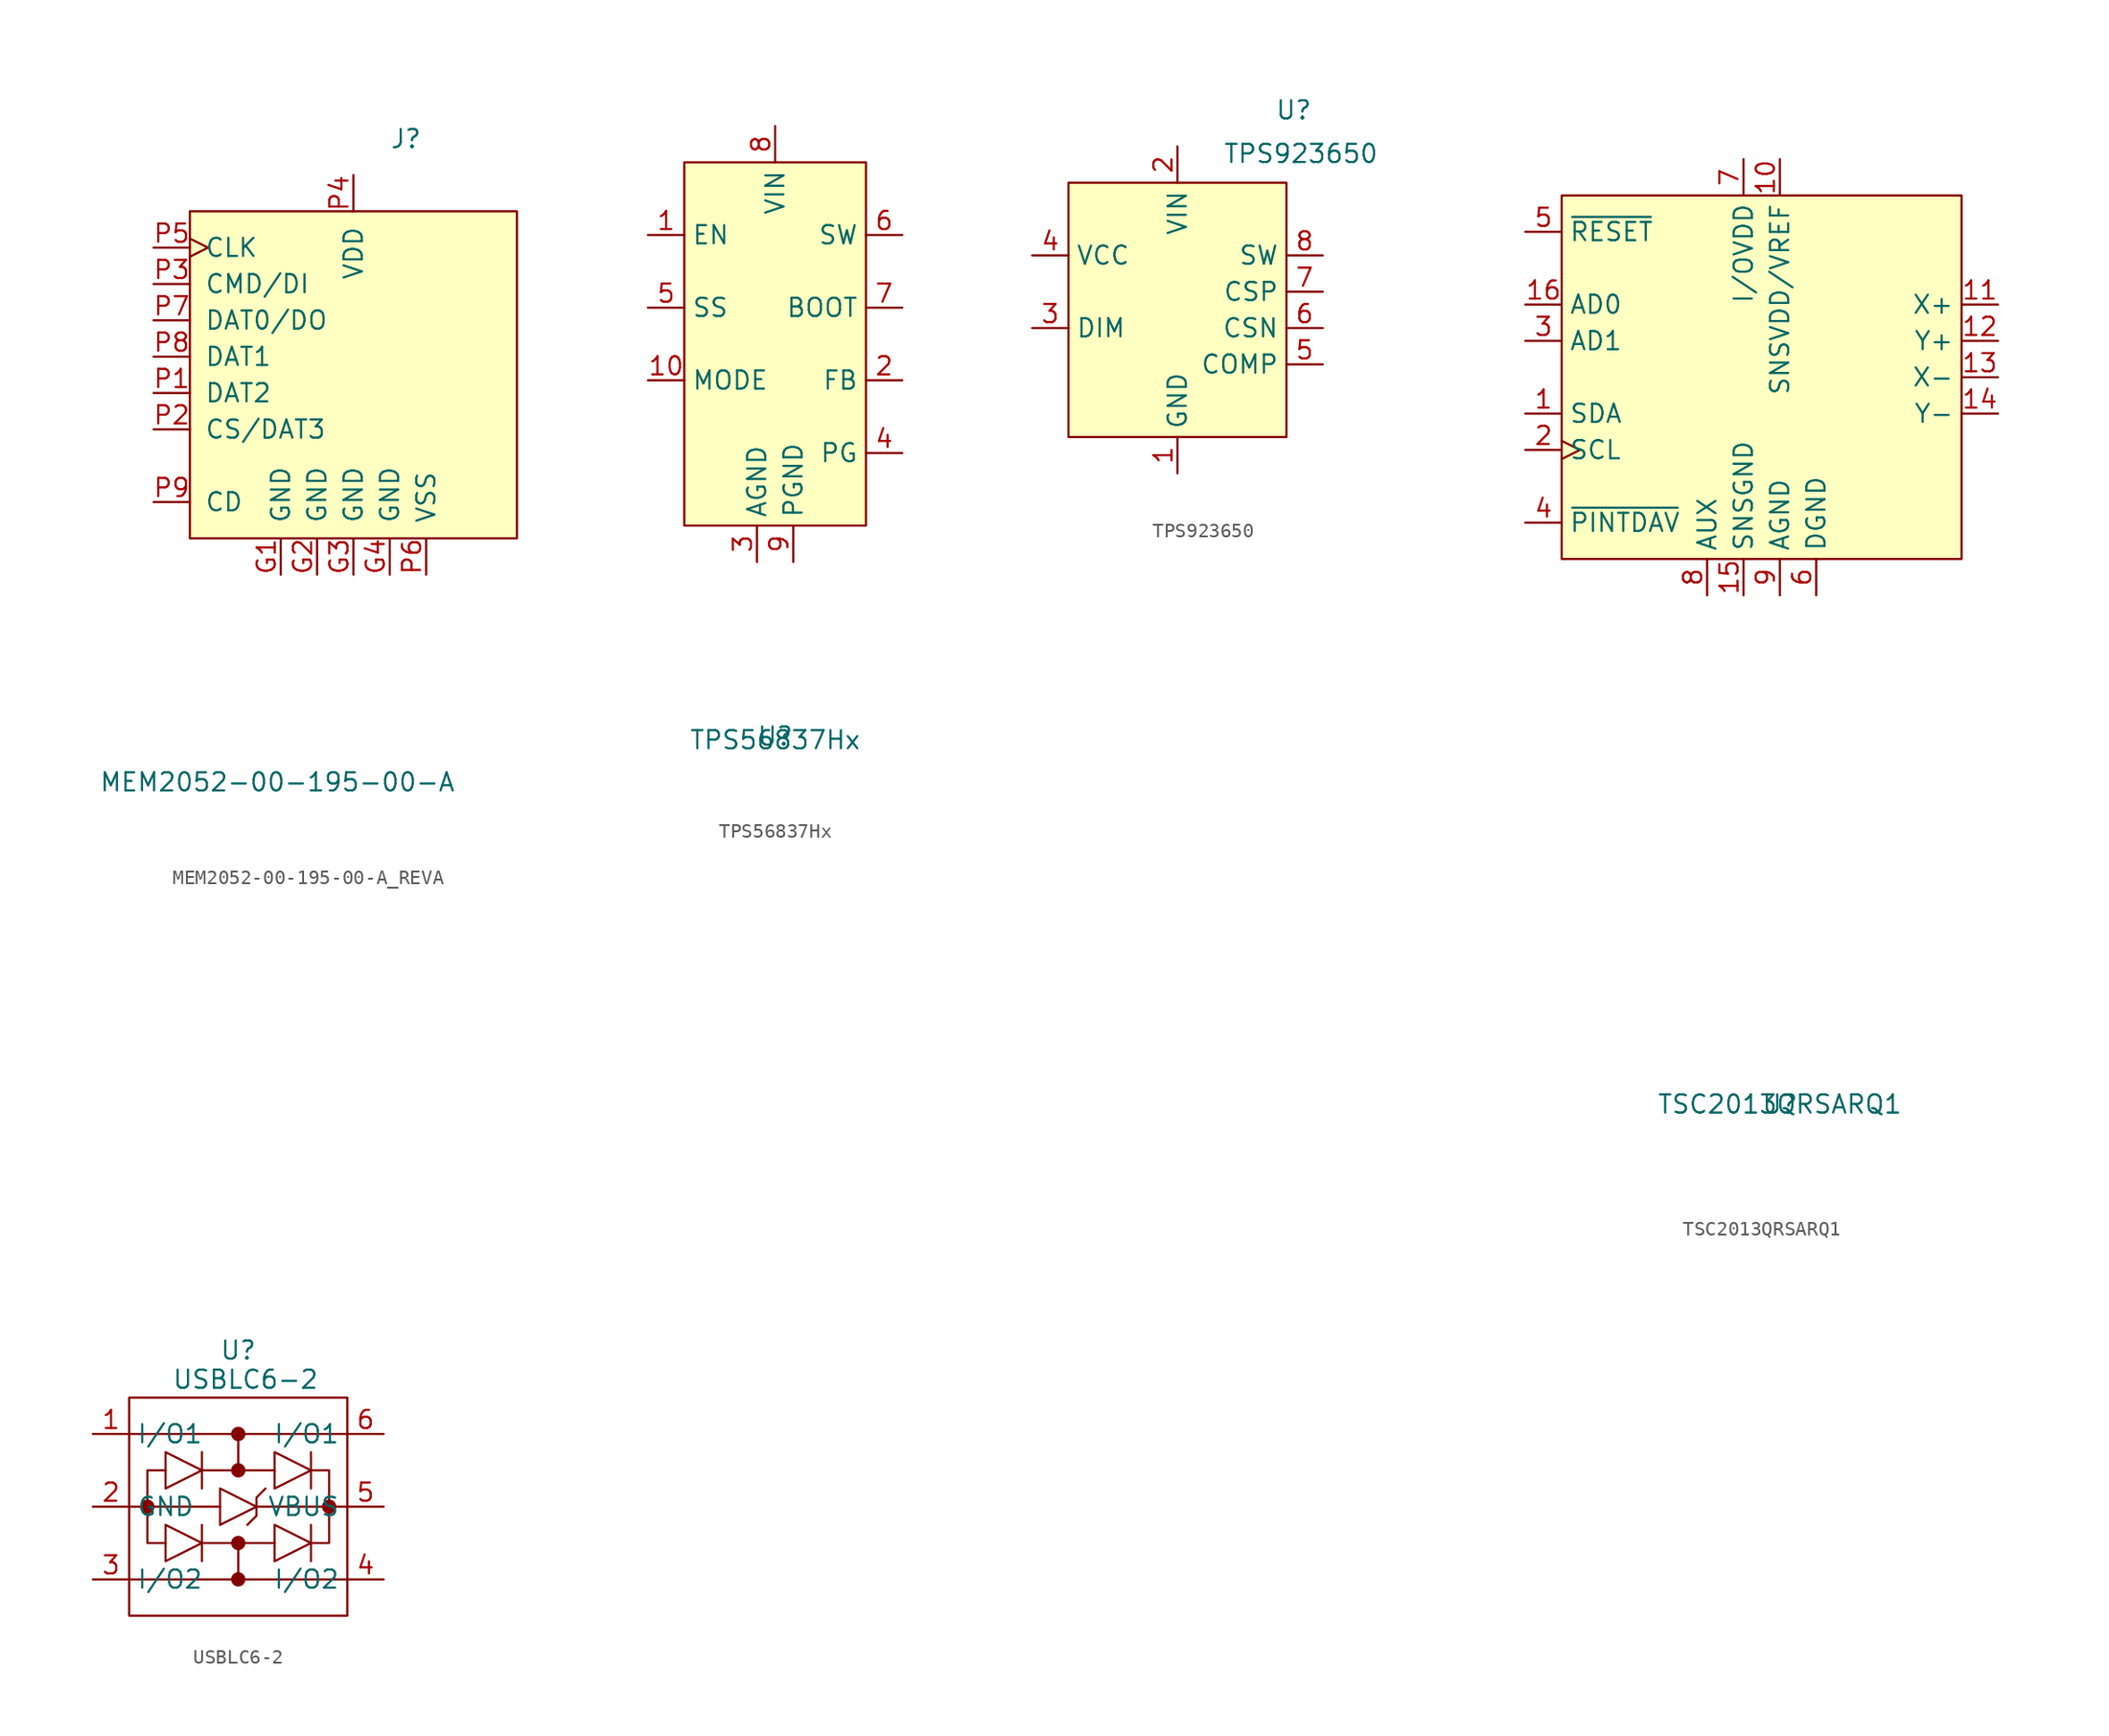
<source format=kicad_sym>
(kicad_symbol_lib
  (version 20241209)
  (generator "kicad_symbol_editor")
  (generator_version "9.0")
  (symbol "MEM2052-00-195-00-A_REVA"
    (pin_names
      (offset 1.016))
    (property "Reference" "J"
      (at 2.54 27.178 0)
      (effects (font (size 1.27 1.27)) (justify left bottom)))
    (property "Value" "MEM2052-00-195-00-A"
      (at -17.78 -17.78 0)
      (effects (font (size 1.27 1.27)) (justify left bottom)))
    (symbol "MEM2052-00-195-00-A_REVA_1_1"
      (rectangle (start -11.43 22.86) (end 11.43 0) (stroke (width 0) (type solid)) (fill (type background)))
      (pin input clock (at -13.97 20.32 0) (length 2.54) (name "CLK" (effects (font (size 1.27 1.27)))) (number "P5" (effects (font (size 1.27 1.27)))))
      (pin bidirectional line (at -13.97 17.78 0) (length 2.54) (name "CMD/DI" (effects (font (size 1.27 1.27)))) (number "P3" (effects (font (size 1.27 1.27)))))
      (pin bidirectional line (at -13.97 15.24 0) (length 2.54) (name "DAT0/DO" (effects (font (size 1.27 1.27)))) (number "P7" (effects (font (size 1.27 1.27)))))
      (pin bidirectional line (at -13.97 12.7 0) (length 2.54) (name "DAT1" (effects (font (size 1.27 1.27)))) (number "P8" (effects (font (size 1.27 1.27)))))
      (pin bidirectional line (at -13.97 10.16 0) (length 2.54) (name "DAT2" (effects (font (size 1.27 1.27)))) (number "P1" (effects (font (size 1.27 1.27)))))
      (pin bidirectional line (at -13.97 7.62 0) (length 2.54) (name "CS/DAT3" (effects (font (size 1.27 1.27)))) (number "P2" (effects (font (size 1.27 1.27)))))
      (pin passive line (at -13.97 2.54 0) (length 2.54) (name "CD" (effects (font (size 1.27 1.27)))) (number "P9" (effects (font (size 1.27 1.27)))))
      (pin power_in line (at -5.08 -2.54 90) (length 2.54) (name "GND" (effects (font (size 1.27 1.27)))) (number "G1" (effects (font (size 1.27 1.27)))))
      (pin power_in line (at -2.54 -2.54 90) (length 2.54) (name "GND" (effects (font (size 1.27 1.27)))) (number "G2" (effects (font (size 1.27 1.27)))))
      (pin power_in line (at 0 25.4 270) (length 2.54) (name "VDD" (effects (font (size 1.27 1.27)))) (number "P4" (effects (font (size 1.27 1.27)))))
      (pin power_in line (at 0 -2.54 90) (length 2.54) (name "GND" (effects (font (size 1.27 1.27)))) (number "G3" (effects (font (size 1.27 1.27)))))
      (pin power_in line (at 2.54 -2.54 90) (length 2.54) (name "GND" (effects (font (size 1.27 1.27)))) (number "G4" (effects (font (size 1.27 1.27)))))
      (pin power_in line (at 5.08 -2.54 90) (length 2.54) (name "VSS" (effects (font (size 1.27 1.27)))) (number "P6" (effects (font (size 1.27 1.27)))))))
  (symbol "TPS56837Hx"
    (property "Reference" "U"
      (at 0 -14.732 0)
      (effects (font (size 1.27 1.27))))
    (property "Value" "TPS56837Hx"
      (at 0 -14.986 0)
      (effects (font (size 1.27 1.27))))
    (symbol "TPS56837Hx_1_1"
      (rectangle (start -6.35 25.4) (end 6.35 0) (stroke (width 0) (type solid)) (fill (type background)))
      (pin input line (at -8.89 20.32 0) (length 2.54) (name "EN" (effects (font (size 1.27 1.27)))) (number "1" (effects (font (size 1.27 1.27)))))
      (pin output line (at -8.89 15.24 0) (length 2.54) (name "SS" (effects (font (size 1.27 1.27)))) (number "5" (effects (font (size 1.27 1.27)))))
      (pin input line (at -8.89 10.16 0) (length 2.54) (name "MODE" (effects (font (size 1.27 1.27)))) (number "10" (effects (font (size 1.27 1.27)))))
      (pin power_in line (at -1.27 -2.54 90) (length 2.54) (name "AGND" (effects (font (size 1.27 1.27)))) (number "3" (effects (font (size 1.27 1.27)))))
      (pin power_in line (at 0 27.94 270) (length 2.54) (name "VIN" (effects (font (size 1.27 1.27)))) (number "8" (effects (font (size 1.27 1.27)))))
      (pin power_in line (at 1.27 -2.54 90) (length 2.54) (name "PGND" (effects (font (size 1.27 1.27)))) (number "9" (effects (font (size 1.27 1.27)))))
      (pin output line (at 8.89 20.32 180) (length 2.54) (name "SW" (effects (font (size 1.27 1.27)))) (number "6" (effects (font (size 1.27 1.27)))))
      (pin input line (at 8.89 15.24 180) (length 2.54) (name "BOOT" (effects (font (size 1.27 1.27)))) (number "7" (effects (font (size 1.27 1.27)))))
      (pin input line (at 8.89 10.16 180) (length 2.54) (name "FB" (effects (font (size 1.27 1.27)))) (number "2" (effects (font (size 1.27 1.27)))))
      (pin output line (at 8.89 5.08 180) (length 2.54) (name "PG" (effects (font (size 1.27 1.27)))) (number "4" (effects (font (size 1.27 1.27)))))))
  (symbol "TPS923650"
    (property "Reference" "U"
      (at 8.128 13.97 0)
      (effects (font (size 1.27 1.27))))
    (property "Value" "TPS923650"
      (at 8.636 10.922 0)
      (effects (font (size 1.27 1.27))))
    (symbol "TPS923650_1_1"
      (rectangle (start -7.62 8.89) (end 7.62 -8.89) (stroke (width 0) (type solid)) (fill (type background)))
      (pin passive line (at -10.16 3.81 0) (length 2.54) (name "VCC" (effects (font (size 1.27 1.27)))) (number "4" (effects (font (size 1.27 1.27)))))
      (pin input line (at -10.16 -1.27 0) (length 2.54) (name "DIM" (effects (font (size 1.27 1.27)))) (number "3" (effects (font (size 1.27 1.27)))))
      (pin power_in line (at 0 11.43 270) (length 2.54) (name "VIN" (effects (font (size 1.27 1.27)))) (number "2" (effects (font (size 1.27 1.27)))))
      (pin power_in line (at 0 -11.43 90) (length 2.54) (name "GND" (effects (font (size 1.27 1.27)))) (number "1" (effects (font (size 1.27 1.27)))))
      (pin passive line (at 10.16 3.81 180) (length 2.54) (name "SW" (effects (font (size 1.27 1.27)))) (number "8" (effects (font (size 1.27 1.27)))))
      (pin passive line (at 10.16 1.27 180) (length 2.54) (name "CSP" (effects (font (size 1.27 1.27)))) (number "7" (effects (font (size 1.27 1.27)))))
      (pin passive line (at 10.16 -1.27 180) (length 2.54) (name "CSN" (effects (font (size 1.27 1.27)))) (number "6" (effects (font (size 1.27 1.27)))))
      (pin passive line (at 10.16 -3.81 180) (length 2.54) (name "COMP" (effects (font (size 1.27 1.27)))) (number "5" (effects (font (size 1.27 1.27)))))))
  (symbol "TSC2013QRSARQ1"
    (property "Reference" "U"
      (at 0 0 0)
      (effects (font (size 1.27 1.27))))
    (property "Value" "TSC2013QRSARQ1"
      (at 0 0 0)
      (effects (font (size 1.27 1.27))))
    (symbol "TSC2013QRSARQ1_1_1"
      (rectangle (start -15.24 63.5) (end 12.7 38.1) (stroke (width 0) (type solid)) (fill (type background)))
      (pin input line (at -17.78 60.96 0) (length 2.54) (name "~{RESET}" (effects (font (size 1.27 1.27)))) (number "5" (effects (font (size 1.27 1.27)))))
      (pin input line (at -17.78 55.88 0) (length 2.54) (name "AD0" (effects (font (size 1.27 1.27)))) (number "16" (effects (font (size 1.27 1.27)))))
      (pin input line (at -17.78 53.34 0) (length 2.54) (name "AD1" (effects (font (size 1.27 1.27)))) (number "3" (effects (font (size 1.27 1.27)))))
      (pin bidirectional line (at -17.78 48.26 0) (length 2.54) (name "SDA" (effects (font (size 1.27 1.27)))) (number "1" (effects (font (size 1.27 1.27)))))
      (pin input clock (at -17.78 45.72 0) (length 2.54) (name "SCL" (effects (font (size 1.27 1.27)))) (number "2" (effects (font (size 1.27 1.27)))))
      (pin output line (at -17.78 40.64 0) (length 2.54) (name "~{PINTDAV}" (effects (font (size 1.27 1.27)))) (number "4" (effects (font (size 1.27 1.27)))))
      (pin passive line (at -5.08 35.56 90) (length 2.54) (name "AUX" (effects (font (size 1.27 1.27)))) (number "8" (effects (font (size 1.27 1.27)))))
      (pin power_in line (at -2.54 66.04 270) (length 2.54) (name "I/OVDD" (effects (font (size 1.27 1.27)))) (number "7" (effects (font (size 1.27 1.27)))))
      (pin passive line (at -2.54 35.56 90) (length 2.54) (name "SNSGND" (effects (font (size 1.27 1.27)))) (number "15" (effects (font (size 1.27 1.27)))))
      (pin power_in line (at 0 66.04 270) (length 2.54) (name "SNSVDD/VREF" (effects (font (size 1.27 1.27)))) (number "10" (effects (font (size 1.27 1.27)))))
      (pin power_in line (at 0 35.56 90) (length 2.54) (name "AGND" (effects (font (size 1.27 1.27)))) (number "9" (effects (font (size 1.27 1.27)))))
      (pin power_in line (at 2.54 35.56 90) (length 2.54) (name "DGND" (effects (font (size 1.27 1.27)))) (number "6" (effects (font (size 1.27 1.27)))))
      (pin passive line (at 15.24 55.88 180) (length 2.54) (name "X+" (effects (font (size 1.27 1.27)))) (number "11" (effects (font (size 1.27 1.27)))))
      (pin passive line (at 15.24 53.34 180) (length 2.54) (name "Y+" (effects (font (size 1.27 1.27)))) (number "12" (effects (font (size 1.27 1.27)))))
      (pin passive line (at 15.24 50.8 180) (length 2.54) (name "X-" (effects (font (size 1.27 1.27)))) (number "13" (effects (font (size 1.27 1.27)))))
      (pin passive line (at 15.24 48.26 180) (length 2.54) (name "Y-" (effects (font (size 1.27 1.27)))) (number "14" (effects (font (size 1.27 1.27)))))))
  (symbol "USBLC6-2"
    (property "Reference" "U"
      (at 0 10.922 0)
      (effects (font (size 1.27 1.27))))
    (property "Value" "USBLC6-2"
      (at 0.508 8.89 0)
      (effects (font (size 1.27 1.27))))
    (symbol "USBLC6-2_0_1"
      (rectangle (start -7.62 7.62) (end 7.62 -7.62) (stroke (width 0) (type default)) (fill (type none)))
      (polyline (pts (xy -7.62 5.08) (xy 7.62 5.08)) (stroke (width 0) (type default)) (fill (type none)))
      (polyline (pts (xy -7.62 0) (xy -6.35 0) (xy -6.35 2.54) (xy -5.08 2.54)) (stroke (width 0) (type default)) (fill (type none)))
      (polyline (pts (xy -7.62 -5.08) (xy 7.62 -5.08)) (stroke (width 0) (type default)) (fill (type none)))
      (polyline (pts (xy -6.35 0) (xy -1.27 0)) (stroke (width 0) (type default)) (fill (type none)))
      (polyline (pts (xy -6.35 0) (xy -6.35 -2.54) (xy -5.08 -2.54)) (stroke (width 0) (type default)) (fill (type none)))
      (polyline (pts (xy -5.08 3.81) (xy -5.08 1.27) (xy -2.54 2.54) (xy -5.08 3.81)) (stroke (width 0) (type default)) (fill (type none)))
      (polyline (pts (xy -5.08 -1.27) (xy -5.08 -3.81) (xy -2.54 -2.54) (xy -5.08 -1.27)) (stroke (width 0) (type default)) (fill (type none)))
      (polyline (pts (xy -2.54 3.81) (xy -2.54 1.27)) (stroke (width 0) (type default)) (fill (type none)))
      (polyline (pts (xy -2.54 2.54) (xy 2.54 2.54)) (stroke (width 0) (type default)) (fill (type none)))
      (polyline (pts (xy -2.54 -1.27) (xy -2.54 -3.81)) (stroke (width 0) (type default)) (fill (type none)))
      (polyline (pts (xy -2.54 -2.54) (xy 2.54 -2.54)) (stroke (width 0) (type default)) (fill (type none)))
      (polyline (pts (xy -1.27 1.27) (xy -1.27 -1.27) (xy 1.27 0) (xy -1.27 1.27)) (stroke (width 0) (type default)) (fill (type none)))
      (polyline (pts (xy 0 2.54) (xy 0 5.08)) (stroke (width 0) (type default)) (fill (type none)))
      (polyline (pts (xy 0 -5.08) (xy 0 -2.54)) (stroke (width 0) (type default)) (fill (type none)))
      (polyline (pts (xy 0.635 -1.27) (xy 1.27 -0.635) (xy 1.27 0.635) (xy 1.905 1.27)) (stroke (width 0) (type default)) (fill (type none)))
      (polyline (pts (xy 1.27 0) (xy 7.62 0)) (stroke (width 0) (type default)) (fill (type none)))
      (polyline (pts (xy 2.54 3.81) (xy 2.54 1.27) (xy 5.08 2.54) (xy 2.54 3.81)) (stroke (width 0) (type default)) (fill (type none)))
      (polyline (pts (xy 2.54 -1.27) (xy 2.54 -3.81) (xy 5.08 -2.54) (xy 2.54 -1.27)) (stroke (width 0) (type default)) (fill (type none)))
      (polyline (pts (xy 5.08 3.81) (xy 5.08 1.27)) (stroke (width 0) (type default)) (fill (type none)))
      (polyline (pts (xy 5.08 2.54) (xy 6.35 2.54) (xy 6.35 0)) (stroke (width 0) (type default)) (fill (type none)))
      (polyline (pts (xy 5.08 -1.27) (xy 5.08 -3.81)) (stroke (width 0) (type default)) (fill (type none)))
      (polyline (pts (xy 5.08 -2.54) (xy 6.35 -2.54) (xy 6.35 0)) (stroke (width 0) (type default)) (fill (type none))))
    (symbol "USBLC6-2_1_1"
      (circle (center -6.35 0) (radius 0.0001) (stroke (width 0.5) (type solid)) (fill (type none)))
      (circle (center 0 5.08) (radius 0.0001) (stroke (width 0.5) (type solid)) (fill (type none)))
      (circle (center 0 2.54) (radius 0.0001) (stroke (width 0.5) (type solid)) (fill (type none)))
      (circle (center 0 -2.54) (radius 0.0001) (stroke (width 0.5) (type solid)) (fill (type none)))
      (circle (center 0 -5.08) (radius 0.0001) (stroke (width 0.5) (type solid)) (fill (type none)))
      (circle (center 6.35 0) (radius 0.0001) (stroke (width 0.5) (type solid)) (fill (type none)))
      (pin passive line (at -10.16 5.08 0) (length 2.54) (name "I/O1" (effects (font (size 1.27 1.27)))) (number "1" (effects (font (size 1.27 1.27)))))
      (pin passive line (at -10.16 0 0) (length 2.54) (name "GND" (effects (font (size 1.27 1.27)))) (number "2" (effects (font (size 1.27 1.27)))))
      (pin passive line (at -10.16 -5.08 0) (length 2.54) (name "I/O2" (effects (font (size 1.27 1.27)))) (number "3" (effects (font (size 1.27 1.27)))))
      (pin passive line (at 10.16 5.08 180) (length 2.54) (name "I/O1" (effects (font (size 1.27 1.27)))) (number "6" (effects (font (size 1.27 1.27)))))
      (pin passive line (at 10.16 0 180) (length 2.54) (name "VBUS" (effects (font (size 1.27 1.27)))) (number "5" (effects (font (size 1.27 1.27)))))
      (pin passive line (at 10.16 -5.08 180) (length 2.54) (name "I/O2" (effects (font (size 1.27 1.27)))) (number "4" (effects (font (size 1.27 1.27))))))))
</source>
